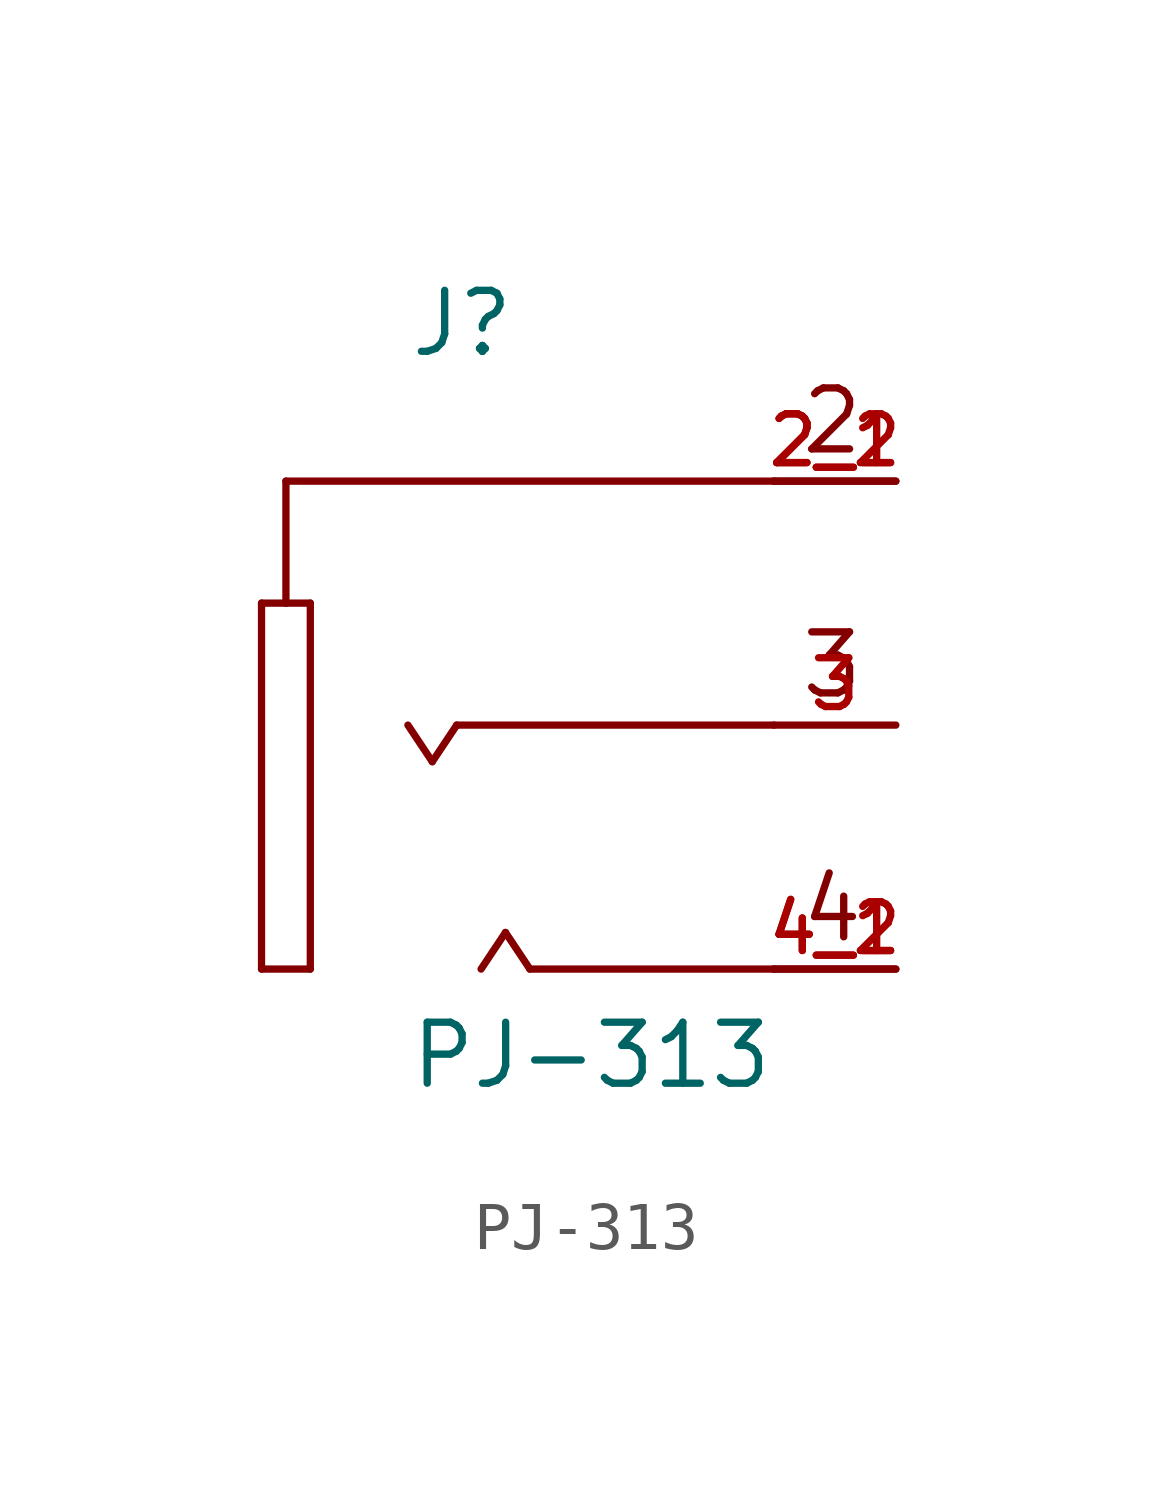
<source format=kicad_sym>
(kicad_symbol_lib
  (version 20211014)
  (generator kicad_symbol_editor)
  (symbol "PJ-313"
    (pin_names
      (offset 1.016))
    (property "Reference" "J"
      (at -2.54 7.62 0)
      (effects (font (size 1.27 1.27)) (justify bottom left)))
    (property "Value" "PJ-313"
      (at -2.54 -7.62 0)
      (effects (font (size 1.27 1.27)) (justify bottom left)))
    (symbol "PJ-313_0_0"
      (polyline (pts (xy -5.588 2.54) (xy -5.588 -5.08)) (stroke (width 0.152)))
      (polyline (pts (xy -5.588 -5.08) (xy -4.572 -5.08)) (stroke (width 0.152)))
      (polyline (pts (xy -4.572 -5.08) (xy -4.572 2.54)) (stroke (width 0.152)))
      (polyline (pts (xy -4.572 2.54) (xy -5.08 2.54)) (stroke (width 0.152)))
      (polyline (pts (xy -5.08 2.54) (xy -5.588 2.54)) (stroke (width 0.152)))
      (polyline (pts (xy 5.08 5.08) (xy -5.08 5.08)) (stroke (width 0.152)))
      (polyline (pts (xy -5.08 5.08) (xy -5.08 2.54)) (stroke (width 0.152)))
      (polyline (pts (xy 0.0 -5.08) (xy -0.508 -4.318)) (stroke (width 0.152)))
      (polyline (pts (xy -0.508 -4.318) (xy -1.016 -5.08)) (stroke (width 0.152)))
      (polyline (pts (xy 5.08 -5.08) (xy 0.0 -5.08)) (stroke (width 0.152)))
      (text "4" (at 5.588 -4.572 0) (effects (font (size 1.27 1.27)) (justify bottom left)))
      (text "2" (at 5.588 5.588 0) (effects (font (size 1.27 1.27)) (justify bottom left)))
      (text "3" (at 5.588 0.508 0) (effects (font (size 1.27 1.27)) (justify bottom left)))
      (polyline (pts (xy 5.08 0.0) (xy -1.524 0.0)) (stroke (width 0.152)))
      (polyline (pts (xy -1.524 0.0) (xy -2.032 -0.762)) (stroke (width 0.152)))
      (polyline (pts (xy -2.032 -0.762) (xy -2.54 0.0)) (stroke (width 0.152)))
      (pin passive line (at 7.62 5.08 180.0) (length 2.54) (name "~" (effects (font (size 1.016 1.016)))) (number "2_1" (effects (font (size 1.016 1.016)))))
      (pin passive line (at 7.62 5.08 180.0) (length 2.54) (name "~" (effects (font (size 1.016 1.016)))) (number "2_2" (effects (font (size 1.016 1.016)))))
      (pin passive line (at 7.62 -5.08 180.0) (length 2.54) (name "~" (effects (font (size 1.016 1.016)))) (number "4_1" (effects (font (size 1.016 1.016)))))
      (pin passive line (at 7.62 -5.08 180.0) (length 2.54) (name "~" (effects (font (size 1.016 1.016)))) (number "4_2" (effects (font (size 1.016 1.016)))))
      (pin passive line (at 7.62 0.0 180.0) (length 2.54) (name "~" (effects (font (size 1.016 1.016)))) (number "3" (effects (font (size 1.016 1.016))))))))
</source>
